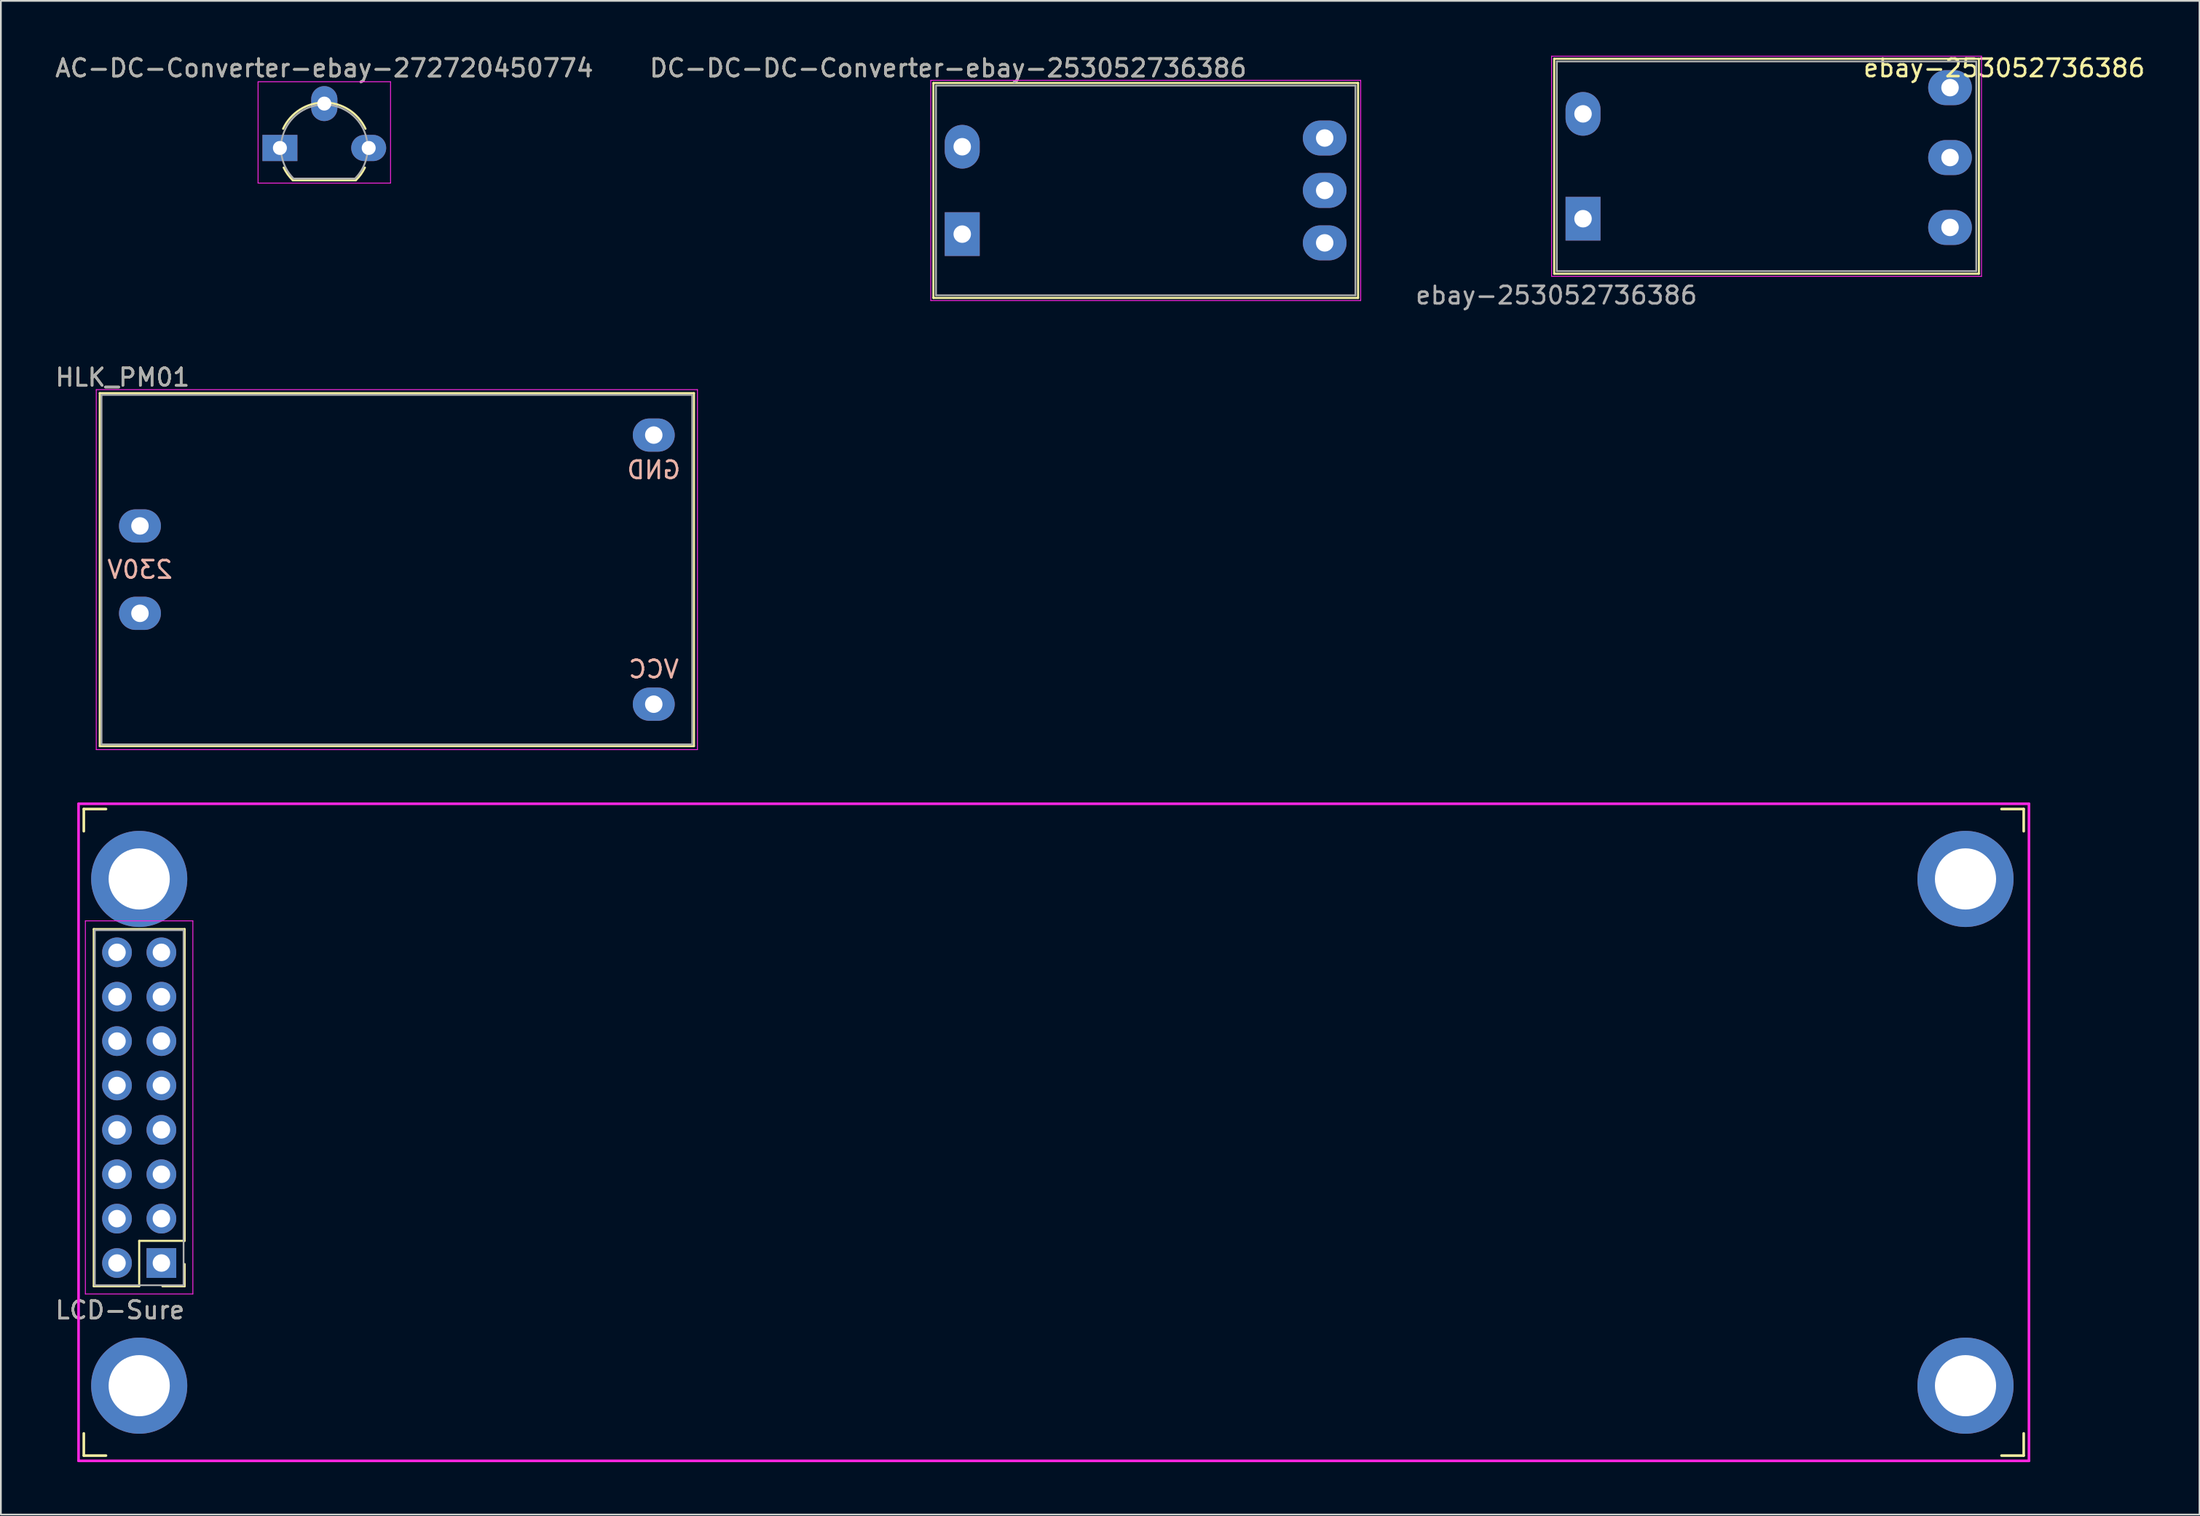
<source format=kicad_pcb>
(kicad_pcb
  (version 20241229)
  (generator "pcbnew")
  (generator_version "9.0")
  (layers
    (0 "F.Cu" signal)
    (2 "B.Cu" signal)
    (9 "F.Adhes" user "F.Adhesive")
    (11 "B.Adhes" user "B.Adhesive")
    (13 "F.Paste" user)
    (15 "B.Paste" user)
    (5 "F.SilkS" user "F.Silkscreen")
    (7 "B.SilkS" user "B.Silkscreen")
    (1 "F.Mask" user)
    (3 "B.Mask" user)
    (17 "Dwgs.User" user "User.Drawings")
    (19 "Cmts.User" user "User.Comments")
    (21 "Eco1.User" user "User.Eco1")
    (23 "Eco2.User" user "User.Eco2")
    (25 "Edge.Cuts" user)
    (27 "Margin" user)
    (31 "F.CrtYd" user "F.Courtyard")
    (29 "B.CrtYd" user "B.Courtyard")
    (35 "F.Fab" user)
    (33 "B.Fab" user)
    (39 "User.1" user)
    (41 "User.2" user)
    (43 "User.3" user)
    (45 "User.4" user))
  (footprint "AC-DC-Converter-ebay-272720450774"
    (layer "F.Cu")
    (at 12.966 5.418)
    (property "Reference" "AC-DC-Converter-ebay-272720450774" (at 2.54 -4.57 0) (layer "F.SilkS") (effects (font (size 1 1) (thickness 0.15))))
    (attr through_hole)
    (fp_line (start 0.74 1.85) (end 4.34 1.85) (stroke (width 0.12) (type solid)) (layer "F.SilkS"))
    (fp_arc (start 0.1836 -1.098807) (mid 1.143021 -2.192817) (end 2.54 -2.6) (stroke (width 0.12) (type solid)) (layer "F.SilkS"))
    (fp_arc (start 0.74 1.85) (mid 0.446097 1.509328) (end 0.215816 1.122795) (stroke (width 0.12) (type solid)) (layer "F.SilkS"))
    (fp_arc (start 2.54 -2.6) (mid 3.936979 -2.192818) (end 4.8964 -1.098807) (stroke (width 0.12) (type solid)) (layer "F.SilkS"))
    (fp_arc (start 4.864184 1.122795) (mid 4.633903 1.509328) (end 4.34 1.85) (stroke (width 0.12) (type solid)) (layer "F.SilkS"))
    (fp_line (start -1.25 -3.79) (end -1.25 2.01) (stroke (width 0.05) (type solid)) (layer "F.CrtYd"))
    (fp_line (start -1.25 -3.79) (end 6.33 -3.79) (stroke (width 0.05) (type solid)) (layer "F.CrtYd"))
    (fp_line (start 6.33 2.01) (end -1.25 2.01) (stroke (width 0.05) (type solid)) (layer "F.CrtYd"))
    (fp_line (start 6.33 2.01) (end 6.33 -3.79) (stroke (width 0.05) (type solid)) (layer "F.CrtYd"))
    (fp_line (start 0.8 1.75) (end 4.3 1.75) (stroke (width 0.1) (type solid)) (layer "F.Fab"))
    (fp_arc (start 0.786375 1.753625) (mid 0.248779 -0.949055) (end 2.54 -2.48) (stroke (width 0.1) (type solid)) (layer "F.Fab"))
    (fp_arc (start 2.54 -2.48) (mid 4.831221 -0.949055) (end 4.293625 1.753625) (stroke (width 0.1) (type solid)) (layer "F.Fab"))
    (fp_text user "${REFERENCE}" (at 2.54 -4.57 0) (layer "F.Fab") (effects (font (size 1 1) (thickness 0.15))))
    (pad "1" thru_hole rect (at 0 0 90) (size 1.5 2) (drill 0.8) (layers "*.Cu" "*.Mask"))
    (pad "2" thru_hole oval (at 2.54 -2.54 90) (size 2 1.5) (drill 0.8) (layers "*.Cu" "*.Mask"))
    (pad "3" thru_hole oval (at 5.08 0 90) (size 1.5 2) (drill 0.8) (layers "*.Cu" "*.Mask")))
  (footprint "DC-DC-DC-Converter-ebay-253052736386"
    (layer "F.Cu")
    (at 52.008 7.848)
    (property "Reference" "DC-DC-DC-Converter-ebay-253052736386" (at -0.8 -7 0) (layer "F.SilkS") (effects (font (size 1 1) (thickness 0.15))))
    (attr through_hole)
    (fp_line (start -1.65 -6.15) (end -1.65 6.15) (stroke (width 0.12) (type solid)) (layer "F.SilkS"))
    (fp_line (start -1.65 6.15) (end 22.65 6.15) (stroke (width 0.12) (type solid)) (layer "F.SilkS"))
    (fp_line (start 22.65 -6.15) (end -1.65 -6.15) (stroke (width 0.12) (type solid)) (layer "F.SilkS"))
    (fp_line (start 22.65 6.15) (end 22.65 -6.15) (stroke (width 0.12) (type solid)) (layer "F.SilkS"))
    (fp_line (start -1.8 -6.3) (end -1.8 6.3) (stroke (width 0.05) (type solid)) (layer "F.CrtYd"))
    (fp_line (start -1.8 -6.3) (end 22.8 -6.3) (stroke (width 0.05) (type solid)) (layer "F.CrtYd"))
    (fp_line (start 22.8 6.3) (end -1.8 6.3) (stroke (width 0.05) (type solid)) (layer "F.CrtYd"))
    (fp_line (start 22.8 6.3) (end 22.8 -6.3) (stroke (width 0.05) (type solid)) (layer "F.CrtYd"))
    (fp_line (start -1.5 -6) (end 22.5 -6) (stroke (width 0.1) (type solid)) (layer "F.Fab"))
    (fp_line (start -1.5 6) (end -1.5 -6) (stroke (width 0.1) (type solid)) (layer "F.Fab"))
    (fp_line (start 22.5 6) (end -1.5 6) (stroke (width 0.1) (type solid)) (layer "F.Fab"))
    (fp_line (start 22.5 6) (end 22.5 -6) (stroke (width 0.1) (type solid)) (layer "F.Fab"))
    (fp_text user "${REFERENCE}" (at -0.8 -7 0) (layer "F.Fab") (effects (font (size 1 1) (thickness 0.15))))
    (pad "1" thru_hole rect (at 0 2.5 90) (size 2.5 2) (drill 1) (layers "*.Cu" "*.Mask"))
    (pad "2" thru_hole oval (at 0 -2.5 90) (size 2.5 2) (drill 1) (layers "*.Cu" "*.Mask"))
    (pad "3" thru_hole oval (at 20.74 -3 90) (size 2 2.5) (drill 1) (layers "*.Cu" "*.Mask"))
    (pad "4" thru_hole oval (at 20.74 0 90) (size 2 2.5) (drill 1) (layers "*.Cu" "*.Mask"))
    (pad "5" thru_hole oval (at 20.74 3 90) (size 2 2.5) (drill 1) (layers "*.Cu" "*.Mask")))
  (footprint "LCD-Sure"
    (layer "F.Cu")
    (at 6.185 69.448)
    (property "Reference" "LCD-Sure" (at -2.37 2.48 0) (layer "F.SilkS") (effects (font (size 1 1) (thickness 0.15))))
    (attr through_hole)
    (fp_line (start -4.44 -26.2) (end -4.44 -24.93) (stroke (width 0.15) (type solid)) (layer "F.SilkS"))
    (fp_line (start -4.44 -26.2) (end -3.17 -26.2) (stroke (width 0.15) (type solid)) (layer "F.SilkS"))
    (fp_line (start -4.44 9.53) (end -4.44 10.8) (stroke (width 0.15) (type solid)) (layer "F.SilkS"))
    (fp_line (start -4.44 10.8) (end -3.17 10.8) (stroke (width 0.15) (type solid)) (layer "F.SilkS"))
    (fp_line (start -3.87 -19.33) (end 1.33 -19.33) (stroke (width 0.12) (type solid)) (layer "F.SilkS"))
    (fp_line (start -3.87 1.11) (end -3.87 -19.33) (stroke (width 0.12) (type solid)) (layer "F.SilkS"))
    (fp_line (start -1.27 -1.49) (end -1.27 1.11) (stroke (width 0.12) (type solid)) (layer "F.SilkS"))
    (fp_line (start -1.27 -1.49) (end 1.33 -1.49) (stroke (width 0.12) (type solid)) (layer "F.SilkS"))
    (fp_line (start -1.27 1.11) (end -3.87 1.11) (stroke (width 0.12) (type solid)) (layer "F.SilkS"))
    (fp_line (start 1.33 -19.33) (end 1.33 -1.49) (stroke (width 0.12) (type solid)) (layer "F.SilkS"))
    (fp_line (start 1.33 -0.16) (end 1.33 1.11) (stroke (width 0.12) (type solid)) (layer "F.SilkS"))
    (fp_line (start 1.33 1.11) (end 0.06 1.11) (stroke (width 0.12) (type solid)) (layer "F.SilkS"))
    (fp_line (start 105.29 -26.2) (end 106.56 -26.2) (stroke (width 0.15) (type solid)) (layer "F.SilkS"))
    (fp_line (start 105.29 10.8) (end 106.56 10.8) (stroke (width 0.15) (type solid)) (layer "F.SilkS"))
    (fp_line (start 106.56 -26.2) (end 106.56 -24.93) (stroke (width 0.15) (type solid)) (layer "F.SilkS"))
    (fp_line (start 106.56 9.53) (end 106.56 10.8) (stroke (width 0.15) (type solid)) (layer "F.SilkS"))
    (fp_line (start -4.74 -26.5) (end -4.74 11.1) (stroke (width 0.15) (type solid)) (layer "F.CrtYd"))
    (fp_line (start -4.74 -26.5) (end 106.86 -26.5) (stroke (width 0.15) (type solid)) (layer "F.CrtYd"))
    (fp_line (start -4.35 -19.8) (end -4.35 1.55) (stroke (width 0.05) (type solid)) (layer "F.CrtYd"))
    (fp_line (start -4.35 1.55) (end 1.8 1.55) (stroke (width 0.05) (type solid)) (layer "F.CrtYd"))
    (fp_line (start 1.8 -19.8) (end -4.35 -19.8) (stroke (width 0.05) (type solid)) (layer "F.CrtYd"))
    (fp_line (start 1.8 1.55) (end 1.8 -19.8) (stroke (width 0.05) (type solid)) (layer "F.CrtYd"))
    (fp_line (start 106.86 -26.5) (end 106.86 11.1) (stroke (width 0.15) (type solid)) (layer "F.CrtYd"))
    (fp_line (start 106.86 11.1) (end -4.74 11.1) (stroke (width 0.15) (type solid)) (layer "F.CrtYd"))
    (fp_line (start -3.81 -19.27) (end -3.81 1.05) (stroke (width 0.1) (type solid)) (layer "F.Fab"))
    (fp_line (start -3.81 1.05) (end 1.27 1.05) (stroke (width 0.1) (type solid)) (layer "F.Fab"))
    (fp_line (start 1.27 -19.27) (end -3.81 -19.27) (stroke (width 0.1) (type solid)) (layer "F.Fab"))
    (fp_line (start 1.27 1.05) (end 1.27 -19.27) (stroke (width 0.1) (type solid)) (layer "F.Fab"))
    (fp_text user "${REFERENCE}" (at -2.37 2.48 0) (layer "F.Fab") (effects (font (size 1 1) (thickness 0.15))))
    (pad "" np_thru_hole oval (at -1.27 -22.2) (size 5.5 5.5) (drill 3.5) (layers "*.Cu" "*.Mask"))
    (pad "" np_thru_hole oval (at -1.27 6.8) (size 5.5 5.5) (drill 3.5) (layers "*.Cu" "*.Mask"))
    (pad "" np_thru_hole oval (at 103.23 -22.2) (size 5.5 5.5) (drill 3.5) (layers "*.Cu" "*.Mask"))
    (pad "" np_thru_hole oval (at 103.23 6.8) (size 5.5 5.5) (drill 3.5) (layers "*.Cu" "*.Mask"))
    (pad "1" thru_hole rect (at 0 -0.22) (size 1.7 1.7) (drill 1) (layers "*.Cu" "*.Mask"))
    (pad "2" thru_hole oval (at -2.54 -0.22) (size 1.7 1.7) (drill 1) (layers "*.Cu" "*.Mask"))
    (pad "3" thru_hole oval (at 0 -2.76) (size 1.7 1.7) (drill 1) (layers "*.Cu" "*.Mask"))
    (pad "4" thru_hole oval (at -2.54 -2.76) (size 1.7 1.7) (drill 1) (layers "*.Cu" "*.Mask"))
    (pad "5" thru_hole oval (at 0 -5.3) (size 1.7 1.7) (drill 1) (layers "*.Cu" "*.Mask"))
    (pad "6" thru_hole oval (at -2.54 -5.3) (size 1.7 1.7) (drill 1) (layers "*.Cu" "*.Mask"))
    (pad "7" thru_hole oval (at 0 -7.84) (size 1.7 1.7) (drill 1) (layers "*.Cu" "*.Mask"))
    (pad "8" thru_hole oval (at -2.54 -7.84) (size 1.7 1.7) (drill 1) (layers "*.Cu" "*.Mask"))
    (pad "9" thru_hole oval (at 0 -10.38) (size 1.7 1.7) (drill 1) (layers "*.Cu" "*.Mask"))
    (pad "10" thru_hole oval (at -2.54 -10.38) (size 1.7 1.7) (drill 1) (layers "*.Cu" "*.Mask"))
    (pad "11" thru_hole oval (at 0 -12.92) (size 1.7 1.7) (drill 1) (layers "*.Cu" "*.Mask"))
    (pad "12" thru_hole oval (at -2.54 -12.92) (size 1.7 1.7) (drill 1) (layers "*.Cu" "*.Mask"))
    (pad "13" thru_hole oval (at 0 -15.46) (size 1.7 1.7) (drill 1) (layers "*.Cu" "*.Mask"))
    (pad "14" thru_hole oval (at -2.54 -15.46) (size 1.7 1.7) (drill 1) (layers "*.Cu" "*.Mask"))
    (pad "15" thru_hole oval (at 0 -18) (size 1.7 1.7) (drill 1) (layers "*.Cu" "*.Mask"))
    (pad "16" thru_hole oval (at -2.54 -18) (size 1.7 1.7) (drill 1) (layers "*.Cu" "*.Mask")))
  (footprint "HLK_PM01"
    (layer "F.Cu")
    (at 4.958 29.548)
    (property "Reference" "HLK_PM01" (at -1 -11 0) (layer "F.SilkS") (effects (font (size 1 1) (thickness 0.15))))
    (attr through_hole)
    (fp_line (start -2.3 -10.1) (end -2.3 10.1) (stroke (width 0.12) (type solid)) (layer "F.SilkS"))
    (fp_line (start -2.3 -10.1) (end 31.7 -10.1) (stroke (width 0.12) (type solid)) (layer "F.SilkS"))
    (fp_line (start -2.3 10.1) (end 31.7 10.1) (stroke (width 0.12) (type solid)) (layer "F.SilkS"))
    (fp_line (start 31.7 -10.1) (end 31.7 10.1) (stroke (width 0.12) (type solid)) (layer "F.SilkS"))
    (fp_line (start -2.5 -10.3) (end 31.9 -10.3) (stroke (width 0.05) (type solid)) (layer "F.CrtYd"))
    (fp_line (start -2.5 10.3) (end -2.5 -10.3) (stroke (width 0.05) (type solid)) (layer "F.CrtYd"))
    (fp_line (start 31.9 -10.3) (end 31.9 10.3) (stroke (width 0.05) (type solid)) (layer "F.CrtYd"))
    (fp_line (start 31.9 10.3) (end -2.5 10.3) (stroke (width 0.05) (type solid)) (layer "F.CrtYd"))
    (fp_line (start -2.2 -10) (end -2.2 10) (stroke (width 0.1) (type solid)) (layer "F.Fab"))
    (fp_line (start -2.2 -10) (end 31.6 -10) (stroke (width 0.1) (type solid)) (layer "F.Fab"))
    (fp_line (start 31.6 -10) (end 31.6 10) (stroke (width 0.1) (type solid)) (layer "F.Fab"))
    (fp_line (start 31.6 10) (end -2.2 10) (stroke (width 0.1) (type solid)) (layer "F.Fab"))
    (fp_text user "GND" (at 29.4 -5.7 0) (layer "B.SilkS") (effects (font (size 1 1) (thickness 0.15)) (justify mirror)))
    (fp_text user "VCC" (at 29.4 5.7 0) (layer "B.SilkS") (effects (font (size 1 1) (thickness 0.15)) (justify mirror)))
    (fp_text user "230V" (at 0 0 0) (layer "B.SilkS") (effects (font (size 1 1) (thickness 0.15)) (justify mirror)))
    (fp_text user "${REFERENCE}" (at -1 -11 0) (layer "F.Fab") (effects (font (size 1 1) (thickness 0.15))))
    (pad "1" thru_hole oval (at 29.4 -7.7 90) (size 1.9 2.4) (drill 1) (layers "*.Cu" "*.Mask"))
    (pad "2" thru_hole oval (at 29.4 7.7 90) (size 1.9 2.4) (drill 1) (layers "*.Cu" "*.Mask"))
    (pad "3" thru_hole oval (at 0 2.5 90) (size 1.9 2.4) (drill 1) (layers "*.Cu" "*.Mask"))
    (pad "4" thru_hole oval (at 0 -2.5 90) (size 1.9 2.4) (drill 1) (layers "*.Cu" "*.Mask")))
  (footprint "ebay-253052736386"
    (layer "F.Cu")
    (at 87.53 6.466)
    (property "Reference" "ebay-253052736386" (at 24.1 -5.618 0) (layer "F.SilkS") (effects (font (size 1 1) (thickness 0.15))))
    (attr through_hole)
    (fp_line (start -1.65 -6.15) (end -1.65 6.15) (stroke (width 0.12) (type solid)) (layer "F.SilkS"))
    (fp_line (start -1.65 6.15) (end 22.65 6.15) (stroke (width 0.12) (type solid)) (layer "F.SilkS"))
    (fp_line (start 22.65 -6.15) (end -1.65 -6.15) (stroke (width 0.12) (type solid)) (layer "F.SilkS"))
    (fp_line (start 22.65 6.15) (end 22.65 -6.15) (stroke (width 0.12) (type solid)) (layer "F.SilkS"))
    (fp_line (start -1.8 -6.3) (end -1.8 6.3) (stroke (width 0.05) (type solid)) (layer "F.CrtYd"))
    (fp_line (start -1.8 -6.3) (end 22.8 -6.3) (stroke (width 0.05) (type solid)) (layer "F.CrtYd"))
    (fp_line (start 22.8 6.3) (end -1.8 6.3) (stroke (width 0.05) (type solid)) (layer "F.CrtYd"))
    (fp_line (start 22.8 6.3) (end 22.8 -6.3) (stroke (width 0.05) (type solid)) (layer "F.CrtYd"))
    (fp_line (start -1.5 -6) (end 22.5 -6) (stroke (width 0.1) (type solid)) (layer "F.Fab"))
    (fp_line (start -1.5 6) (end -1.5 -6) (stroke (width 0.1) (type solid)) (layer "F.Fab"))
    (fp_line (start 22.5 6) (end -1.5 6) (stroke (width 0.1) (type solid)) (layer "F.Fab"))
    (fp_line (start 22.5 6) (end 22.5 -6) (stroke (width 0.1) (type solid)) (layer "F.Fab"))
    (fp_text user "${REFERENCE}" (at -1.524 7.385 0) (layer "F.Fab") (effects (font (size 1 1) (thickness 0.15))))
    (pad "1" thru_hole rect (at 0 3 90) (size 2.5 2) (drill 1) (layers "*.Cu" "*.Mask"))
    (pad "2" thru_hole oval (at 0 -3 90) (size 2.5 2) (drill 1) (layers "*.Cu" "*.Mask"))
    (pad "3" thru_hole oval (at 21 -4.5 90) (size 2 2.5) (drill 1) (layers "*.Cu" "*.Mask"))
    (pad "4" thru_hole oval (at 21 -0.5 90) (size 2 2.5) (drill 1) (layers "*.Cu" "*.Mask"))
    (pad "5" thru_hole oval (at 21 3.5 90) (size 2 2.5) (drill 1) (layers "*.Cu" "*.Mask")))
  (gr_rect
    (start -3 -3)
    (end 122.803 83.623)
    (stroke (width 0.1) (type default))
    (fill no)
    (layer "Edge.Cuts")))
</source>
